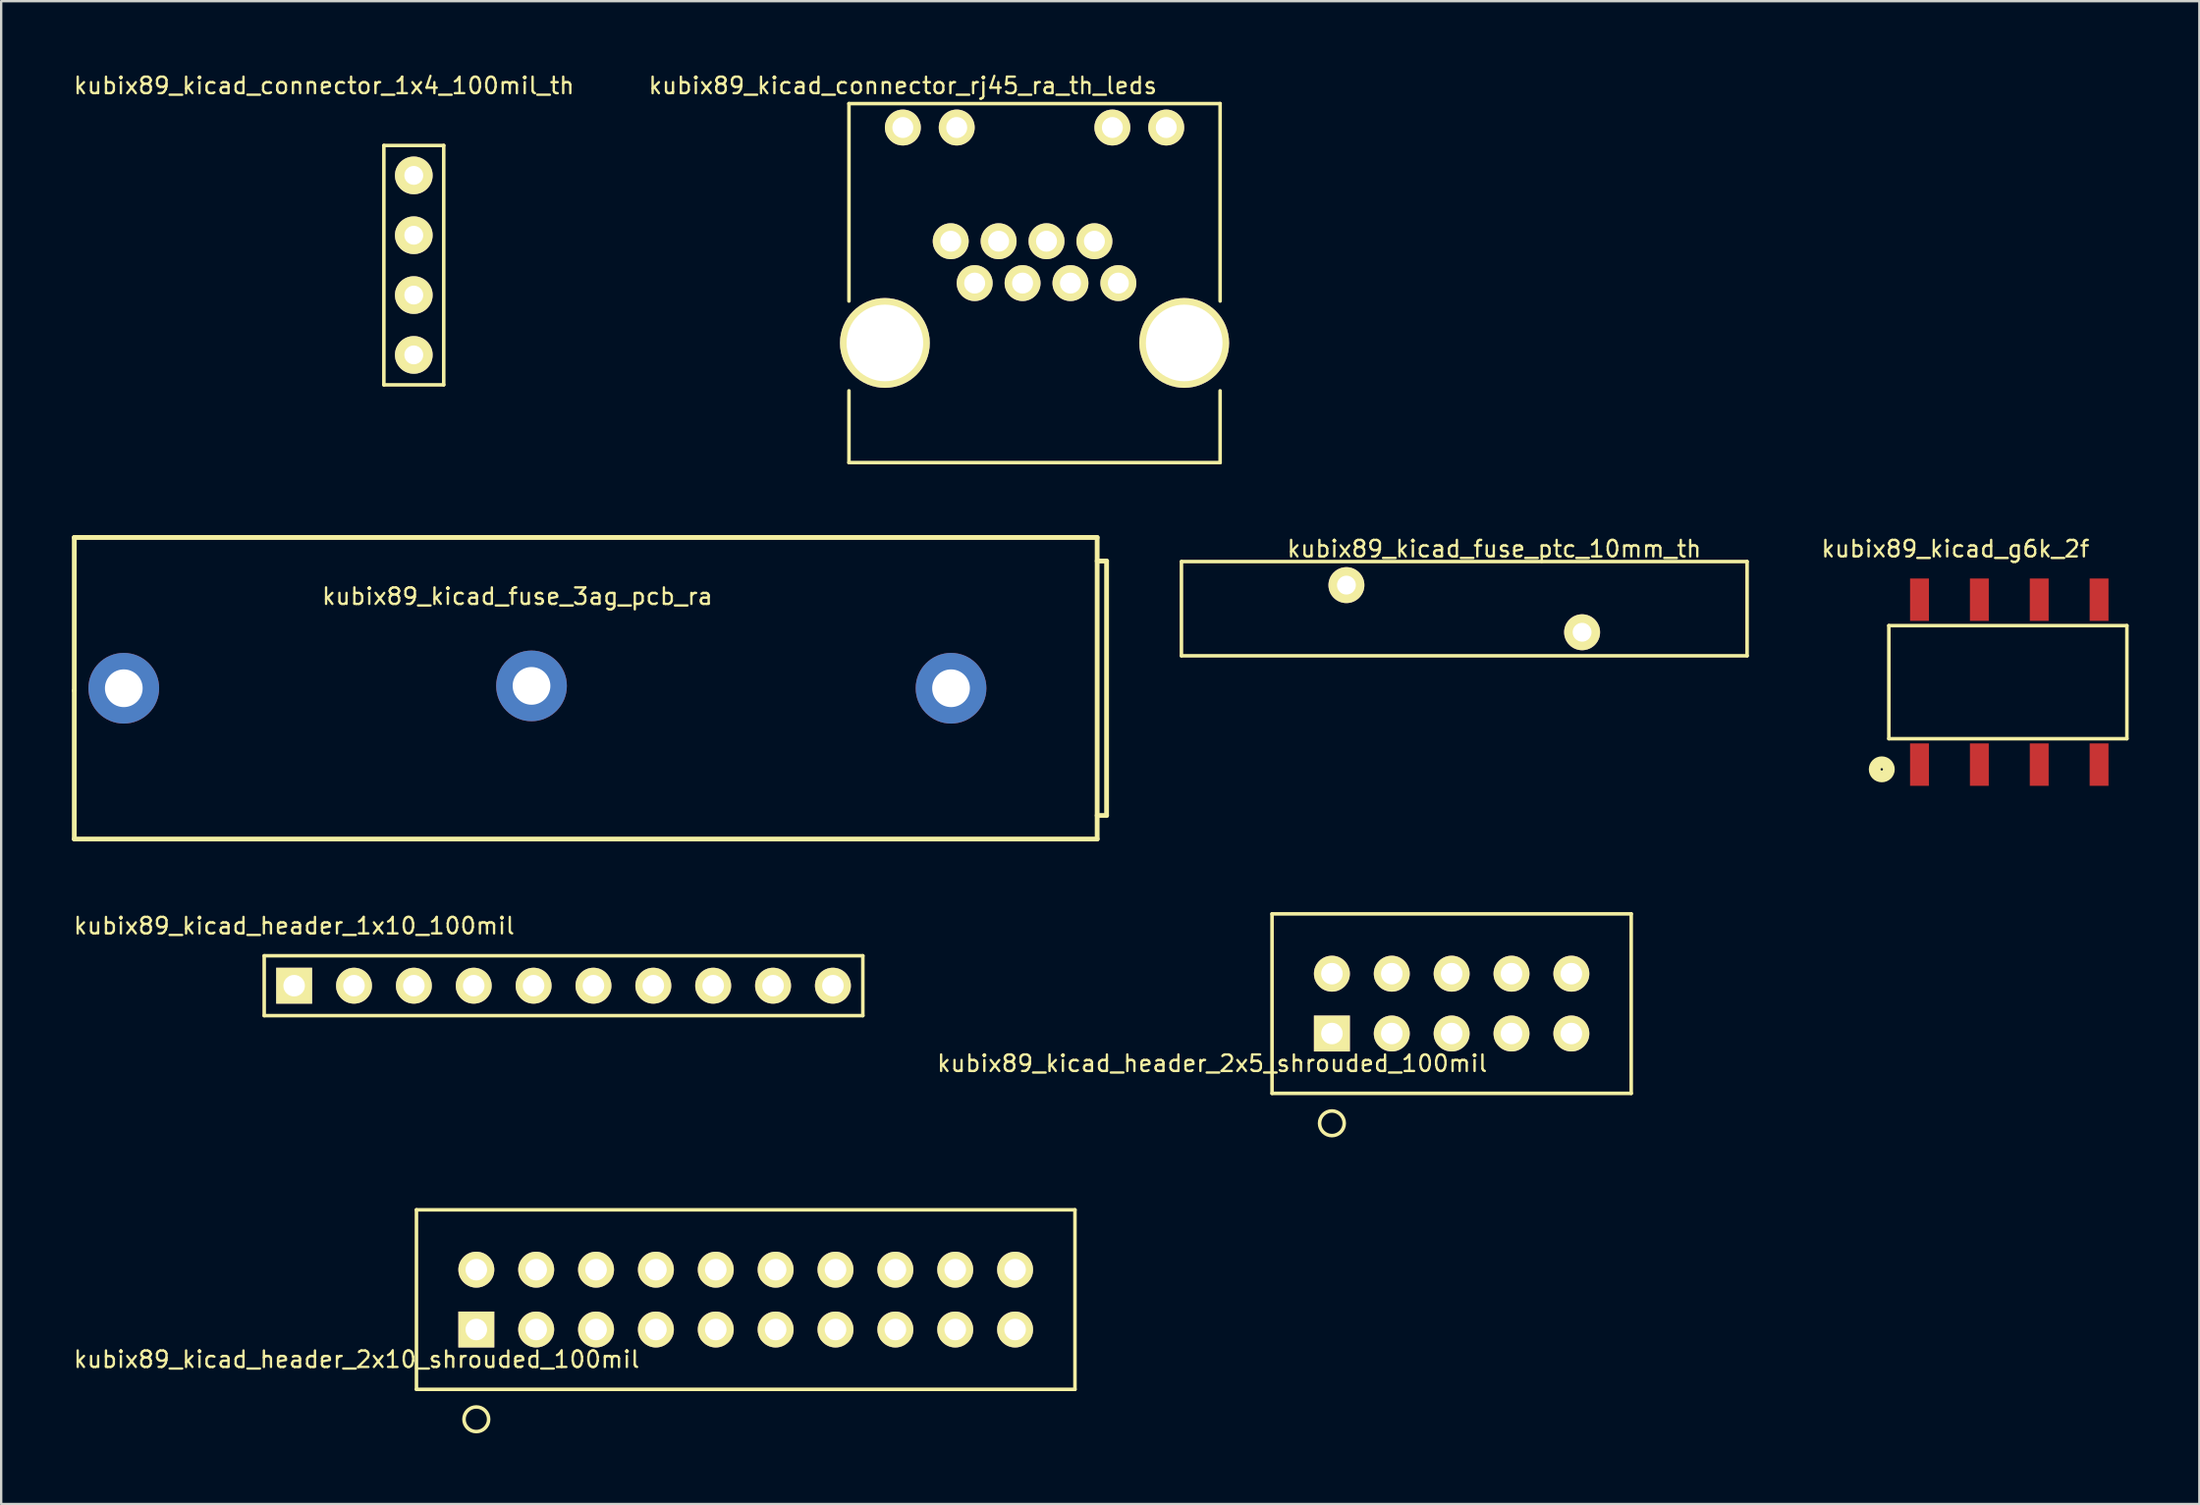
<source format=kicad_pcb>
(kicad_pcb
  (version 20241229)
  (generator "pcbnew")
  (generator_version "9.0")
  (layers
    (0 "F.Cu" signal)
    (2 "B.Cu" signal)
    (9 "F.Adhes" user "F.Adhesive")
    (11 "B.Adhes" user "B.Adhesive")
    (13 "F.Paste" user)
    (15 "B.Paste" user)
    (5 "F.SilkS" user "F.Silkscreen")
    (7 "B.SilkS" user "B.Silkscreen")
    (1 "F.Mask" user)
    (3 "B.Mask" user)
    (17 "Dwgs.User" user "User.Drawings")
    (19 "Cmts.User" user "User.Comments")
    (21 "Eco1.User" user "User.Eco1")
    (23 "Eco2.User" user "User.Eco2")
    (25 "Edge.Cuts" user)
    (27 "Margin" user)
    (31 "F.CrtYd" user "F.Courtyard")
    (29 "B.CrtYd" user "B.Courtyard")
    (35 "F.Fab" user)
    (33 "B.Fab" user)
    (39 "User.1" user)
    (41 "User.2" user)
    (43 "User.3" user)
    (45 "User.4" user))
  (footprint "kubix89_kicad_header_1x10_100mil"
    (layer "F.Cu")
    (at 9.43 38.79)
    (property "Reference" "kubix89_kicad_header_1x10_100mil" (at 0 -2.54 0) (layer "F.SilkS") (effects (font (size 0.7 0.7) (thickness 0.1))))
    (attr through_hole)
    (fp_line (start -1.27 -1.27) (end 24.13 -1.27) (stroke (width 0.15) (type solid)) (layer "F.SilkS"))
    (fp_line (start -1.27 1.27) (end -1.27 -1.27) (stroke (width 0.15) (type solid)) (layer "F.SilkS"))
    (fp_line (start 24.13 -1.27) (end 24.13 1.27) (stroke (width 0.15) (type solid)) (layer "F.SilkS"))
    (fp_line (start 24.13 1.27) (end -1.27 1.27) (stroke (width 0.15) (type solid)) (layer "F.SilkS"))
    (pad "1" thru_hole rect (at 0 0) (size 1.524 1.524) (drill 0.914) (layers "*.Cu" "*.Mask" "F.SilkS"))
    (pad "2" thru_hole circle (at 2.54 0) (size 1.524 1.524) (drill 0.914) (layers "*.Cu" "*.Mask" "F.SilkS"))
    (pad "3" thru_hole circle (at 5.08 0) (size 1.524 1.524) (drill 0.914) (layers "*.Cu" "*.Mask" "F.SilkS"))
    (pad "4" thru_hole circle (at 7.62 0) (size 1.524 1.524) (drill 0.914) (layers "*.Cu" "*.Mask" "F.SilkS"))
    (pad "5" thru_hole circle (at 10.16 0) (size 1.524 1.524) (drill 0.914) (layers "*.Cu" "*.Mask" "F.SilkS"))
    (pad "6" thru_hole circle (at 12.7 0) (size 1.524 1.524) (drill 0.914) (layers "*.Cu" "*.Mask" "F.SilkS"))
    (pad "7" thru_hole circle (at 15.24 0) (size 1.524 1.524) (drill 0.914) (layers "*.Cu" "*.Mask" "F.SilkS"))
    (pad "8" thru_hole circle (at 17.78 0) (size 1.524 1.524) (drill 0.914) (layers "*.Cu" "*.Mask" "F.SilkS"))
    (pad "9" thru_hole circle (at 20.32 0) (size 1.524 1.524) (drill 0.914) (layers "*.Cu" "*.Mask" "F.SilkS"))
    (pad "10" thru_hole circle (at 22.86 0) (size 1.524 1.524) (drill 0.914) (layers "*.Cu" "*.Mask" "F.SilkS")))
  (footprint "kubix89_kicad_header_2x10_shrouded_100mil"
    (layer "F.Cu")
    (at 17.16 53.384)
    (property "Reference" "kubix89_kicad_header_2x10_shrouded_100mil" (at -5.08 1.27 0) (layer "F.SilkS") (effects (font (size 0.7 0.7) (thickness 0.1))))
    (attr through_hole)
    (fp_line (start -2.54 -5.08) (end -2.54 2.54) (stroke (width 0.15) (type solid)) (layer "F.SilkS"))
    (fp_line (start -2.54 2.54) (end 25.4 2.54) (stroke (width 0.15) (type solid)) (layer "F.SilkS"))
    (fp_line (start 25.4 -5.08) (end -2.54 -5.08) (stroke (width 0.15) (type solid)) (layer "F.SilkS"))
    (fp_line (start 25.4 -5.08) (end 25.4 2.54) (stroke (width 0.15) (type solid)) (layer "F.SilkS"))
    (fp_circle (center 0 3.81) (end 0.508 3.937) (stroke (width 0.15) (type solid)) (fill no) (layer "F.SilkS"))
    (pad "1" thru_hole rect (at 0 0) (size 1.524 1.524) (drill 0.914) (layers "*.Cu" "*.Mask" "F.SilkS"))
    (pad "2" thru_hole circle (at 0 -2.54) (size 1.524 1.524) (drill 0.914) (layers "*.Cu" "*.Mask" "F.SilkS"))
    (pad "3" thru_hole circle (at 2.54 0) (size 1.524 1.524) (drill 0.914) (layers "*.Cu" "*.Mask" "F.SilkS"))
    (pad "4" thru_hole circle (at 2.54 -2.54) (size 1.524 1.524) (drill 0.914) (layers "*.Cu" "*.Mask" "F.SilkS"))
    (pad "5" thru_hole circle (at 5.08 0) (size 1.524 1.524) (drill 0.914) (layers "*.Cu" "*.Mask" "F.SilkS"))
    (pad "6" thru_hole circle (at 5.08 -2.54) (size 1.524 1.524) (drill 0.914) (layers "*.Cu" "*.Mask" "F.SilkS"))
    (pad "7" thru_hole circle (at 7.62 0) (size 1.524 1.524) (drill 0.914) (layers "*.Cu" "*.Mask" "F.SilkS"))
    (pad "8" thru_hole circle (at 7.62 -2.54) (size 1.524 1.524) (drill 0.914) (layers "*.Cu" "*.Mask" "F.SilkS"))
    (pad "9" thru_hole circle (at 10.16 0) (size 1.524 1.524) (drill 0.914) (layers "*.Cu" "*.Mask" "F.SilkS"))
    (pad "10" thru_hole circle (at 10.16 -2.54) (size 1.524 1.524) (drill 0.914) (layers "*.Cu" "*.Mask" "F.SilkS"))
    (pad "11" thru_hole circle (at 12.7 0) (size 1.524 1.524) (drill 0.914) (layers "*.Cu" "*.Mask" "F.SilkS"))
    (pad "12" thru_hole circle (at 12.7 -2.54) (size 1.524 1.524) (drill 0.914) (layers "*.Cu" "*.Mask" "F.SilkS"))
    (pad "13" thru_hole circle (at 15.24 0) (size 1.524 1.524) (drill 0.914) (layers "*.Cu" "*.Mask" "F.SilkS"))
    (pad "14" thru_hole circle (at 15.24 -2.54) (size 1.524 1.524) (drill 0.914) (layers "*.Cu" "*.Mask" "F.SilkS"))
    (pad "15" thru_hole circle (at 17.78 0) (size 1.524 1.524) (drill 0.914) (layers "*.Cu" "*.Mask" "F.SilkS"))
    (pad "16" thru_hole circle (at 17.78 -2.54) (size 1.524 1.524) (drill 0.914) (layers "*.Cu" "*.Mask" "F.SilkS"))
    (pad "17" thru_hole circle (at 20.32 0) (size 1.524 1.524) (drill 0.914) (layers "*.Cu" "*.Mask" "F.SilkS"))
    (pad "18" thru_hole circle (at 20.32 -2.54) (size 1.524 1.524) (drill 0.914) (layers "*.Cu" "*.Mask" "F.SilkS"))
    (pad "19" thru_hole circle (at 22.86 0) (size 1.524 1.524) (drill 0.914) (layers "*.Cu" "*.Mask" "F.SilkS"))
    (pad "20" thru_hole circle (at 22.86 -2.54) (size 1.524 1.524) (drill 0.914) (layers "*.Cu" "*.Mask" "F.SilkS")))
  (footprint "kubix89_kicad_connector_1x4_100mil_th"
    (layer "F.Cu")
    (at 14.507 4.395)
    (property "Reference" "kubix89_kicad_connector_1x4_100mil_th" (at -3.81 -3.81 0) (layer "F.SilkS") (effects (font (size 0.7 0.7) (thickness 0.1))))
    (attr through_hole)
    (fp_line (start -1.27 -1.27) (end 1.27 -1.27) (stroke (width 0.15) (type solid)) (layer "F.SilkS"))
    (fp_line (start -1.27 8.89) (end -1.27 -1.27) (stroke (width 0.15) (type solid)) (layer "F.SilkS"))
    (fp_line (start 1.27 -1.27) (end 1.27 8.89) (stroke (width 0.15) (type solid)) (layer "F.SilkS"))
    (fp_line (start 1.27 8.89) (end -1.27 8.89) (stroke (width 0.15) (type solid)) (layer "F.SilkS"))
    (pad "1" thru_hole circle (at 0 0) (size 1.6 1.6) (drill 0.8) (layers "*.Cu" "*.Mask" "F.SilkS"))
    (pad "2" thru_hole circle (at 0 2.54) (size 1.6 1.6) (drill 0.8) (layers "*.Cu" "*.Mask" "F.SilkS"))
    (pad "3" thru_hole circle (at 0 5.08) (size 1.6 1.6) (drill 0.8) (layers "*.Cu" "*.Mask" "F.SilkS"))
    (pad "4" thru_hole circle (at 0 7.62) (size 1.6 1.6) (drill 0.8) (layers "*.Cu" "*.Mask" "F.SilkS")))
  (footprint "kubix89_kicad_fuse_ptc_10mm_th"
    (layer "F.Cu")
    (at 59.078 22.787)
    (property "Reference" "kubix89_kicad_fuse_ptc_10mm_th" (at 1.27 -2.54 0) (layer "F.SilkS") (effects (font (size 0.7 0.7) (thickness 0.1))))
    (attr through_hole)
    (fp_line (start -12 -2) (end 12 -2) (stroke (width 0.15) (type solid)) (layer "F.SilkS"))
    (fp_line (start -12 2) (end -12 -2) (stroke (width 0.15) (type solid)) (layer "F.SilkS"))
    (fp_line (start 12 -2) (end 12 2) (stroke (width 0.15) (type solid)) (layer "F.SilkS"))
    (fp_line (start 12 2) (end -12 2) (stroke (width 0.15) (type solid)) (layer "F.SilkS"))
    (pad "1" thru_hole circle (at -5 -1) (size 1.524 1.524) (drill 0.8) (layers "*.Cu" "*.Mask" "F.SilkS"))
    (pad "2" thru_hole circle (at 5 1) (size 1.524 1.524) (drill 0.8) (layers "*.Cu" "*.Mask" "F.SilkS")))
  (footprint "kubix89_kicad_g6k_2f"
    (layer "F.Cu")
    (at 78.393 22.406)
    (property "Reference" "kubix89_kicad_g6k_2f" (at 1.524 -2.159 0) (layer "F.SilkS") (effects (font (size 0.7 0.7) (thickness 0.1))))
    (attr through_hole)
    (fp_line (start -1.3 1.1) (end 8.8 1.1) (stroke (width 0.15) (type solid)) (layer "F.SilkS"))
    (fp_line (start -1.3 5.9) (end -1.3 1.1) (stroke (width 0.15) (type solid)) (layer "F.SilkS"))
    (fp_line (start 8.8 1.1) (end 8.8 5.9) (stroke (width 0.15) (type solid)) (layer "F.SilkS"))
    (fp_line (start 8.8 5.9) (end -1.3 5.9) (stroke (width 0.15) (type solid)) (layer "F.SilkS"))
    (fp_circle (center -1.6 7.2) (end -1.3 7.2) (stroke (width 0.5) (type solid)) (fill no) (layer "F.SilkS"))
    (pad "1" smd rect (at 0 7) (size 0.8 1.8) (layers "F.Cu" "F.Mask" "F.Paste"))
    (pad "2" smd rect (at 2.54 7) (size 0.8 1.8) (layers "F.Cu" "F.Mask" "F.Paste"))
    (pad "3" smd rect (at 5.08 7) (size 0.8 1.8) (layers "F.Cu" "F.Mask" "F.Paste"))
    (pad "4" smd rect (at 7.62 7) (size 0.8 1.8) (layers "F.Cu" "F.Mask" "F.Paste"))
    (pad "5" smd rect (at 7.62 0) (size 0.8 1.8) (layers "F.Cu" "F.Mask" "F.Paste"))
    (pad "6" smd rect (at 5.08 0) (size 0.8 1.8) (layers "F.Cu" "F.Mask" "F.Paste"))
    (pad "7" smd rect (at 2.54 0) (size 0.8 1.8) (layers "F.Cu" "F.Mask" "F.Paste"))
    (pad "8" smd rect (at 0 0) (size 0.8 1.8) (layers "F.Cu" "F.Mask" "F.Paste")))
  (footprint "kubix89_kicad_header_2x5_shrouded_100mil"
    (layer "F.Cu")
    (at 53.462 40.82)
    (property "Reference" "kubix89_kicad_header_2x5_shrouded_100mil" (at -5.08 1.27 0) (layer "F.SilkS") (effects (font (size 0.7 0.7) (thickness 0.1))))
    (attr through_hole)
    (fp_line (start -2.54 -5.08) (end -2.54 2.54) (stroke (width 0.15) (type solid)) (layer "F.SilkS"))
    (fp_line (start -2.54 2.54) (end 12.7 2.54) (stroke (width 0.15) (type solid)) (layer "F.SilkS"))
    (fp_line (start 12.7 -5.08) (end -2.54 -5.08) (stroke (width 0.15) (type solid)) (layer "F.SilkS"))
    (fp_line (start 12.7 -5.08) (end 12.7 2.54) (stroke (width 0.15) (type solid)) (layer "F.SilkS"))
    (fp_circle (center 0 3.81) (end 0.508 3.937) (stroke (width 0.15) (type solid)) (fill no) (layer "F.SilkS"))
    (pad "1" thru_hole rect (at 0 0) (size 1.524 1.524) (drill 0.914) (layers "*.Cu" "*.Mask" "F.SilkS"))
    (pad "2" thru_hole circle (at 0 -2.54) (size 1.524 1.524) (drill 0.914) (layers "*.Cu" "*.Mask" "F.SilkS"))
    (pad "3" thru_hole circle (at 2.54 0) (size 1.524 1.524) (drill 0.914) (layers "*.Cu" "*.Mask" "F.SilkS"))
    (pad "4" thru_hole circle (at 2.54 -2.54) (size 1.524 1.524) (drill 0.914) (layers "*.Cu" "*.Mask" "F.SilkS"))
    (pad "5" thru_hole circle (at 5.08 0) (size 1.524 1.524) (drill 0.914) (layers "*.Cu" "*.Mask" "F.SilkS"))
    (pad "6" thru_hole circle (at 5.08 -2.54) (size 1.524 1.524) (drill 0.914) (layers "*.Cu" "*.Mask" "F.SilkS"))
    (pad "7" thru_hole circle (at 7.62 0) (size 1.524 1.524) (drill 0.914) (layers "*.Cu" "*.Mask" "F.SilkS"))
    (pad "8" thru_hole circle (at 7.62 -2.54) (size 1.524 1.524) (drill 0.914) (layers "*.Cu" "*.Mask" "F.SilkS"))
    (pad "9" thru_hole circle (at 10.16 0) (size 1.524 1.524) (drill 0.914) (layers "*.Cu" "*.Mask" "F.SilkS"))
    (pad "10" thru_hole circle (at 10.16 -2.54) (size 1.524 1.524) (drill 0.914) (layers "*.Cu" "*.Mask" "F.SilkS")))
  (footprint "kubix89_kicad_fuse_3ag_pcb_ra"
    (layer "F.Cu")
    (at 19.502 26.164)
    (property "Reference" "kubix89_kicad_fuse_3ag_pcb_ra" (at -0.6 -3.9 0) (layer "F.SilkS") (effects (font (size 0.7 0.7) (thickness 0.1))))
    (attr through_hole)
    (fp_line (start -19.4 -6.4) (end 24 -6.4) (stroke (width 0.203) (type solid)) (layer "F.SilkS"))
    (fp_line (start -19.4 0.1) (end -19.4 -6.4) (stroke (width 0.203) (type solid)) (layer "F.SilkS"))
    (fp_line (start -19.4 6.4) (end -19.4 0.1) (stroke (width 0.203) (type solid)) (layer "F.SilkS"))
    (fp_line (start 24 -6.4) (end 24 6.4) (stroke (width 0.203) (type solid)) (layer "F.SilkS"))
    (fp_line (start 24 -5.4) (end 24.4 -5.4) (stroke (width 0.203) (type solid)) (layer "F.SilkS"))
    (fp_line (start 24 6.4) (end -19.4 6.4) (stroke (width 0.203) (type solid)) (layer "F.SilkS"))
    (fp_line (start 24.4 -5.4) (end 24.4 5.4) (stroke (width 0.203) (type solid)) (layer "F.SilkS"))
    (fp_line (start 24.4 5.4) (end 24 5.4) (stroke (width 0.203) (type solid)) (layer "F.SilkS"))
    (pad "1" thru_hole circle (at -17.3 0) (size 3 3) (drill 1.6) (layers "*.Cu" "*.Mask"))
    (pad "2" thru_hole circle (at 0 -0.1) (size 3 3) (drill 1.6) (layers "*.Cu" "*.Mask"))
    (pad "A" thru_hole circle (at 17.8 0) (size 3 3) (drill 1.6) (layers "*.Cu" "*.Mask")))
  (footprint "kubix89_kicad_connector_rj45_ra_th_leds"
    (layer "F.Cu")
    (at 40.845 2.363)
    (property "Reference" "kubix89_kicad_connector_rj45_ra_th_leds" (at -5.588 -1.778 0) (layer "F.SilkS") (effects (font (size 0.7 0.7) (thickness 0.1))))
    (attr through_hole)
    (fp_line (start -7.874 -1.016) (end -7.874 7.366) (stroke (width 0.15) (type solid)) (layer "F.SilkS"))
    (fp_line (start -7.874 11.176) (end -7.874 14.224) (stroke (width 0.15) (type solid)) (layer "F.SilkS"))
    (fp_line (start -7.874 14.224) (end 7.874 14.224) (stroke (width 0.15) (type solid)) (layer "F.SilkS"))
    (fp_line (start 7.874 -1.016) (end -7.874 -1.016) (stroke (width 0.15) (type solid)) (layer "F.SilkS"))
    (fp_line (start 7.874 -1.016) (end 7.874 7.366) (stroke (width 0.15) (type solid)) (layer "F.SilkS"))
    (fp_line (start 7.874 14.224) (end 7.874 11.176) (stroke (width 0.15) (type solid)) (layer "F.SilkS"))
    (pad "1" thru_hole circle (at 3.556 6.604) (size 1.524 1.524) (drill 0.889) (layers "*.Cu" "*.Mask" "F.SilkS"))
    (pad "2" thru_hole circle (at 2.54 4.826) (size 1.524 1.524) (drill 0.889) (layers "*.Cu" "*.Mask" "F.SilkS"))
    (pad "3" thru_hole circle (at 1.524 6.604) (size 1.524 1.524) (drill 0.889) (layers "*.Cu" "*.Mask" "F.SilkS"))
    (pad "4" thru_hole circle (at 0.508 4.826) (size 1.524 1.524) (drill 0.889) (layers "*.Cu" "*.Mask" "F.SilkS"))
    (pad "5" thru_hole circle (at -0.508 6.604) (size 1.524 1.524) (drill 0.889) (layers "*.Cu" "*.Mask" "F.SilkS"))
    (pad "6" thru_hole circle (at -1.524 4.826) (size 1.524 1.524) (drill 0.889) (layers "*.Cu" "*.Mask" "F.SilkS"))
    (pad "7" thru_hole circle (at -2.54 6.604) (size 1.524 1.524) (drill 0.889) (layers "*.Cu" "*.Mask" "F.SilkS"))
    (pad "8" thru_hole circle (at -3.556 4.826) (size 1.524 1.524) (drill 0.889) (layers "*.Cu" "*.Mask" "F.SilkS"))
    (pad "9" thru_hole circle (at 5.588 0) (size 1.524 1.524) (drill 0.889) (layers "*.Cu" "*.Mask" "F.SilkS"))
    (pad "10" thru_hole circle (at 3.302 0) (size 1.524 1.524) (drill 0.889) (layers "*.Cu" "*.Mask" "F.SilkS"))
    (pad "11" thru_hole circle (at -3.302 0) (size 1.524 1.524) (drill 0.889) (layers "*.Cu" "*.Mask" "F.SilkS"))
    (pad "12" thru_hole circle (at -5.588 0) (size 1.524 1.524) (drill 0.889) (layers "*.Cu" "*.Mask" "F.SilkS"))
    (pad "17" thru_hole circle (at -6.35 9.144) (size 3.81 3.81) (drill 3.251) (layers "*.Cu" "*.Mask" "F.SilkS"))
    (pad "A" thru_hole circle (at 6.35 9.144) (size 3.81 3.81) (drill 3.251) (layers "*.Cu" "*.Mask" "F.SilkS")))
  (gr_rect
    (start -3 -3)
    (end 90.268 60.792)
    (stroke (width 0.1) (type default))
    (fill no)
    (layer "Edge.Cuts")))
</source>
